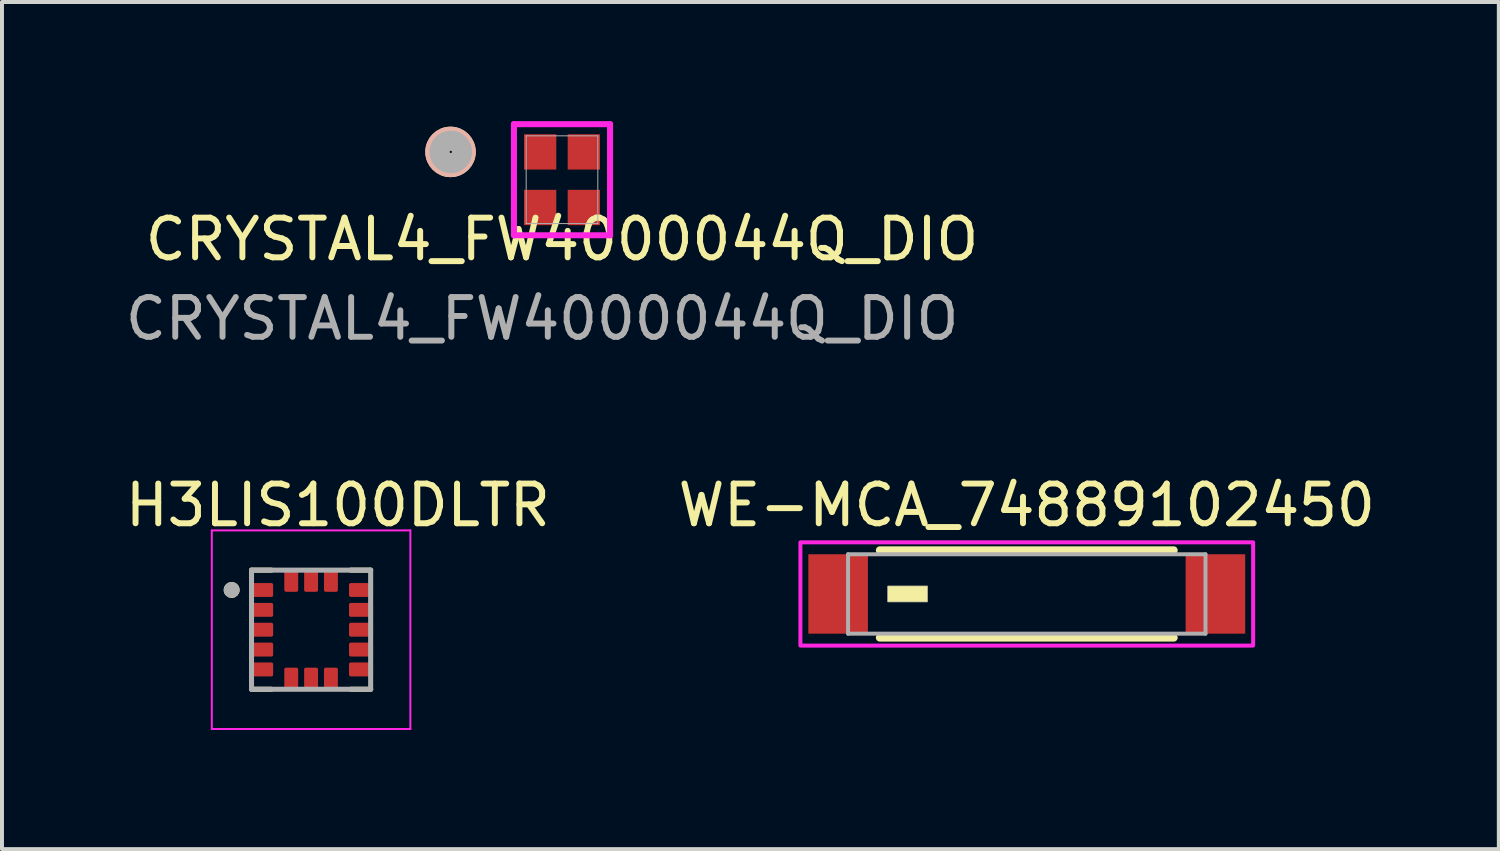
<source format=kicad_pcb>
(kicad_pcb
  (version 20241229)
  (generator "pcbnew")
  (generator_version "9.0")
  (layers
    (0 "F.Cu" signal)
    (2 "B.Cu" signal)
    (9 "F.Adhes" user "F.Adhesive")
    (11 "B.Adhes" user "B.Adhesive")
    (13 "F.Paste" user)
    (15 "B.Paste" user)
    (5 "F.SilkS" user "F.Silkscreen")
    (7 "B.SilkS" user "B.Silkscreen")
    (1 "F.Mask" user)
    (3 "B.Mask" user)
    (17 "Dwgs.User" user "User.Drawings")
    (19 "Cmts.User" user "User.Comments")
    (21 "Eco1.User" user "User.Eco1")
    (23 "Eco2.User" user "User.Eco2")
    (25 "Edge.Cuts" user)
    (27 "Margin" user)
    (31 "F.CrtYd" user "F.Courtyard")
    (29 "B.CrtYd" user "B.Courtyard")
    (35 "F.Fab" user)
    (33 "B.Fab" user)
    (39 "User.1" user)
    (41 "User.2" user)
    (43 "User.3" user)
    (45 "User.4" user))
  (footprint "CRYSTAL4_FW4000044Q_DIO"
    (layer "F.Cu")
    (at 11.101 1.475)
    (property "Reference" "CRYSTAL4_FW4000044Q_DIO" (at 0 1.5 0) (unlocked yes) (layer "F.SilkS") (effects (font (size 1 1) (thickness 0.15))))
    (attr smd)
    (fp_circle (center -2.807 -0.7) (end -2.426 -0.7) (stroke (width 0.508) (type solid)) (fill no) (layer "F.SilkS"))
    (fp_circle (center -2.807 -0.7) (end -2.426 -0.7) (stroke (width 0.508) (type solid)) (fill no) (layer "B.SilkS"))
    (fp_line (start -1.21 -1.399) (end -1.21 1.399) (stroke (width 0.152) (type solid)) (layer "F.CrtYd"))
    (fp_line (start -1.21 1.399) (end 1.21 1.399) (stroke (width 0.152) (type solid)) (layer "F.CrtYd"))
    (fp_line (start 1.21 -1.399) (end -1.21 -1.399) (stroke (width 0.152) (type solid)) (layer "F.CrtYd"))
    (fp_line (start 1.21 1.399) (end 1.21 -1.399) (stroke (width 0.152) (type solid)) (layer "F.CrtYd"))
    (fp_line (start -0.902 -1.105) (end -0.902 1.105) (stroke (width 0.025) (type solid)) (layer "F.Fab"))
    (fp_line (start -0.902 1.105) (end 0.902 1.105) (stroke (width 0.025) (type solid)) (layer "F.Fab"))
    (fp_line (start 0.902 -1.105) (end -0.902 -1.105) (stroke (width 0.025) (type solid)) (layer "F.Fab"))
    (fp_line (start 0.902 1.105) (end 0.902 -1.105) (stroke (width 0.025) (type solid)) (layer "F.Fab"))
    (fp_circle (center -2.8 -0.7) (end -2.6 -0.9) (stroke (width 0.508) (type solid)) (fill no) (layer "F.Fab"))
    (fp_text user "${REFERENCE}" (at -0.5 3.5 0) (unlocked yes) (layer "F.Fab") (effects (font (size 1 1) (thickness 0.15))))
    (pad "1" smd rect (at -0.55 -0.7) (size 0.813 0.889) (layers "F.Cu" "F.Mask" "F.Paste"))
    (pad "2" smd rect (at -0.55 0.7) (size 0.813 0.889) (layers "F.Cu" "F.Mask" "F.Paste"))
    (pad "3" smd rect (at 0.55 0.7) (size 0.813 0.889) (layers "F.Cu" "F.Mask" "F.Paste"))
    (pad "4" smd rect (at 0.55 -0.7) (size 0.813 0.889) (layers "F.Cu" "F.Mask" "F.Paste")))
  (footprint "H3LIS100DLTR"
    (layer "F.Cu")
    (at 4.783 12.806)
    (property "Reference" "H3LIS100DLTR" (at 0.675 -3.135 0) (layer "F.SilkS") (effects (font (size 1 1) (thickness 0.15))))
    (attr smd)
    (fp_line (start -1.5 -1.5) (end -1 -1.5) (stroke (width 0.127) (type solid)) (layer "F.SilkS"))
    (fp_line (start -1.5 1.5) (end -1 1.5) (stroke (width 0.127) (type solid)) (layer "F.SilkS"))
    (fp_line (start 1.5 -1.5) (end 1 -1.5) (stroke (width 0.127) (type solid)) (layer "F.SilkS"))
    (fp_line (start 1.5 1.5) (end 1 1.5) (stroke (width 0.127) (type solid)) (layer "F.SilkS"))
    (fp_circle (center -2 -1) (end -1.9 -1) (stroke (width 0.2) (type solid)) (fill no) (layer "F.SilkS"))
    (fp_line (start -2.5 -2.5) (end 2.5 -2.5) (stroke (width 0.05) (type solid)) (layer "F.CrtYd"))
    (fp_line (start -2.5 2.5) (end -2.5 -2.5) (stroke (width 0.05) (type solid)) (layer "F.CrtYd"))
    (fp_line (start -2.5 2.5) (end 2.5 2.5) (stroke (width 0.05) (type solid)) (layer "F.CrtYd"))
    (fp_line (start 2.5 2.5) (end 2.5 -2.5) (stroke (width 0.05) (type solid)) (layer "F.CrtYd"))
    (fp_line (start -1.5 1.5) (end -1.5 -1.5) (stroke (width 0.127) (type solid)) (layer "F.Fab"))
    (fp_line (start 1.5 -1.5) (end -1.5 -1.5) (stroke (width 0.127) (type solid)) (layer "F.Fab"))
    (fp_line (start 1.5 1.5) (end -1.5 1.5) (stroke (width 0.127) (type solid)) (layer "F.Fab"))
    (fp_line (start 1.5 1.5) (end 1.5 -1.5) (stroke (width 0.127) (type solid)) (layer "F.Fab"))
    (fp_circle (center -2 -1) (end -1.9 -1) (stroke (width 0.2) (type solid)) (fill no) (layer "F.Fab"))
    (pad "1" smd roundrect (at -1.22 -1) (size 0.53 0.35) (layers "F.Cu" "F.Mask" "F.Paste") (roundrect_rratio 0.125))
    (pad "2" smd roundrect (at -1.22 -0.5) (size 0.53 0.35) (layers "F.Cu" "F.Mask" "F.Paste") (roundrect_rratio 0.125))
    (pad "3" smd roundrect (at -1.22 0) (size 0.53 0.35) (layers "F.Cu" "F.Mask" "F.Paste") (roundrect_rratio 0.125))
    (pad "4" smd roundrect (at -1.22 0.5) (size 0.53 0.35) (layers "F.Cu" "F.Mask" "F.Paste") (roundrect_rratio 0.125))
    (pad "5" smd roundrect (at -1.22 1) (size 0.53 0.35) (layers "F.Cu" "F.Mask" "F.Paste") (roundrect_rratio 0.125))
    (pad "6" smd roundrect (at -0.5 1.22) (size 0.35 0.53) (layers "F.Cu" "F.Mask" "F.Paste") (roundrect_rratio 0.125))
    (pad "7" smd roundrect (at 0 1.22) (size 0.35 0.53) (layers "F.Cu" "F.Mask" "F.Paste") (roundrect_rratio 0.125))
    (pad "8" smd roundrect (at 0.5 1.22) (size 0.35 0.53) (layers "F.Cu" "F.Mask" "F.Paste") (roundrect_rratio 0.125))
    (pad "9" smd roundrect (at 1.22 1) (size 0.53 0.35) (layers "F.Cu" "F.Mask" "F.Paste") (roundrect_rratio 0.125))
    (pad "10" smd roundrect (at 1.22 0.5) (size 0.53 0.35) (layers "F.Cu" "F.Mask" "F.Paste") (roundrect_rratio 0.125))
    (pad "11" smd roundrect (at 1.22 0) (size 0.53 0.35) (layers "F.Cu" "F.Mask" "F.Paste") (roundrect_rratio 0.125))
    (pad "12" smd roundrect (at 1.22 -0.5) (size 0.53 0.35) (layers "F.Cu" "F.Mask" "F.Paste") (roundrect_rratio 0.125))
    (pad "13" smd roundrect (at 1.22 -1) (size 0.53 0.35) (layers "F.Cu" "F.Mask" "F.Paste") (roundrect_rratio 0.125))
    (pad "14" smd roundrect (at 0.5 -1.22) (size 0.35 0.53) (layers "F.Cu" "F.Mask" "F.Paste") (roundrect_rratio 0.125))
    (pad "15" smd roundrect (at 0 -1.22) (size 0.35 0.53) (layers "F.Cu" "F.Mask" "F.Paste") (roundrect_rratio 0.125))
    (pad "16" smd roundrect (at -0.5 -1.22) (size 0.35 0.53) (layers "F.Cu" "F.Mask" "F.Paste") (roundrect_rratio 0.125)))
  (footprint "WE-MCA_74889102450"
    (layer "F.Cu")
    (at 22.804 11.906)
    (property "Reference" "WE-MCA_74889102450" (at 0 -2.235 0) (layer "F.SilkS") (effects (font (size 1 1) (thickness 0.15))))
    (attr smd)
    (fp_line (start -3.7 -1.1) (end 3.7 -1.1) (stroke (width 0.2) (type solid)) (layer "F.SilkS"))
    (fp_line (start -3.7 1.1) (end 3.7 1.1) (stroke (width 0.2) (type solid)) (layer "F.SilkS"))
    (fp_poly (pts (xy -3.5 -0.2) (xy -2.5 -0.2) (xy -2.5 0.2) (xy -3.5 0.2)) (stroke (width 0.01) (type solid)) (fill yes) (layer "F.SilkS"))
    (fp_poly (pts (xy -5.7 -1.3) (xy 5.7 -1.3) (xy 5.7 1.3) (xy -5.7 1.3)) (stroke (width 0.1) (type solid)) (fill no) (layer "F.CrtYd"))
    (fp_line (start -4.5 -1) (end 4.5 -1) (stroke (width 0.1) (type solid)) (layer "F.Fab"))
    (fp_line (start -4.5 1) (end -4.5 -1) (stroke (width 0.1) (type solid)) (layer "F.Fab"))
    (fp_line (start 4.5 -1) (end 4.5 1) (stroke (width 0.1) (type solid)) (layer "F.Fab"))
    (fp_line (start 4.5 1) (end -4.5 1) (stroke (width 0.1) (type solid)) (layer "F.Fab"))
    (fp_poly (pts (xy -3.5 -0.2) (xy -2.5 -0.2) (xy -2.5 0.2) (xy -3.5 0.2)) (stroke (width 0.01) (type solid)) (fill no) (layer "F.Fab"))
    (pad "1" smd rect (at -4.75 0) (size 1.5 2) (layers "F.Cu" "F.Mask" "F.Paste"))
    (pad "2" smd rect (at 4.75 0) (size 1.5 2) (layers "F.Cu" "F.Mask" "F.Paste")))
  (gr_rect
    (start -3 -3)
    (end 34.69 18.331)
    (stroke (width 0.1) (type default))
    (fill no)
    (layer "Edge.Cuts")))
</source>
